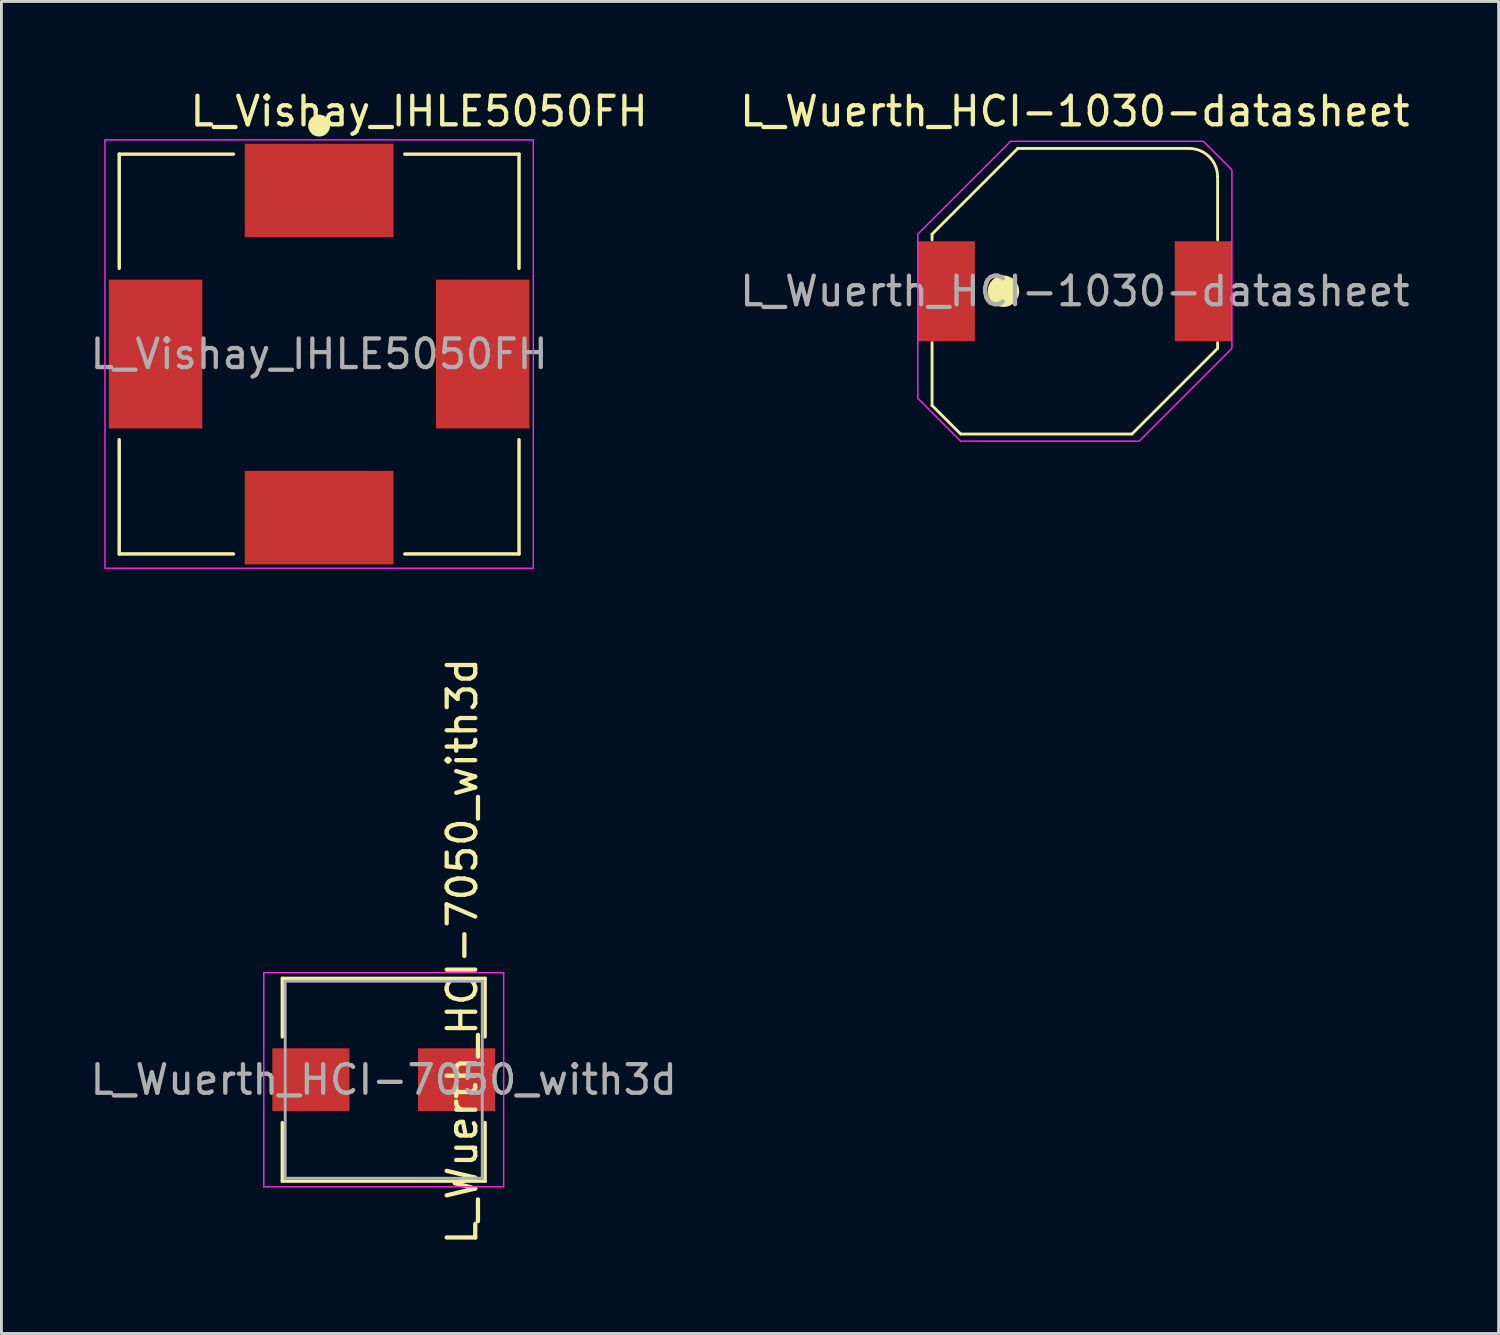
<source format=kicad_pcb>
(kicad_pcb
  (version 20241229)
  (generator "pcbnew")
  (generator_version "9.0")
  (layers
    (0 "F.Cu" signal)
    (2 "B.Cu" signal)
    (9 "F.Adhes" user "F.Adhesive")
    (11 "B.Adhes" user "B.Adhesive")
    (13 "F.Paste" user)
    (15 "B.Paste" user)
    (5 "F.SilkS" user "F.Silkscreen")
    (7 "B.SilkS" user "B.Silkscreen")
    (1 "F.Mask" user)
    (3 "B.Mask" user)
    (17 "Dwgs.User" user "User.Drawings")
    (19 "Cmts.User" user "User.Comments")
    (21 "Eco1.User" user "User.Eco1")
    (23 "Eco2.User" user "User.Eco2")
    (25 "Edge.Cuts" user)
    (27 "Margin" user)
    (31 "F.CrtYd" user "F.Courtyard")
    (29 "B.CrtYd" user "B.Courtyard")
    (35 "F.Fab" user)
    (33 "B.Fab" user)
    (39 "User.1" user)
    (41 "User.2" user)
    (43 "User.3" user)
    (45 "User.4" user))
  (footprint "L_Wuerth_HCI-1030-datasheet"
    (layer "F.Cu")
    (at 34.589 7.148)
    (property "Reference" "L_Wuerth_HCI-1030-datasheet" (at 0 -6.3 0) (layer "F.SilkS") (effects (font (size 1 1) (thickness 0.15))))
    (attr smd)
    (fp_line (start -5 -2) (end -5 -1.8) (stroke (width 0.1) (type default)) (layer "F.SilkS"))
    (fp_line (start -5 1.8) (end -5 4) (stroke (width 0.1) (type default)) (layer "F.SilkS"))
    (fp_line (start -5 4) (end -4 5) (stroke (width 0.1) (type default)) (layer "F.SilkS"))
    (fp_line (start -4 5) (end 2 5) (stroke (width 0.1) (type default)) (layer "F.SilkS"))
    (fp_line (start -2 -5) (end -5 -2) (stroke (width 0.1) (type default)) (layer "F.SilkS"))
    (fp_line (start 2 5) (end 5 2) (stroke (width 0.1) (type default)) (layer "F.SilkS"))
    (fp_line (start 4 -5) (end -2 -5) (stroke (width 0.1) (type default)) (layer "F.SilkS"))
    (fp_line (start 5 -1.8) (end 5 -4) (stroke (width 0.1) (type default)) (layer "F.SilkS"))
    (fp_line (start 5 2) (end 5 1.8) (stroke (width 0.1) (type default)) (layer "F.SilkS"))
    (fp_arc (start 4 -5) (mid 4.707107 -4.707107) (end 5 -4) (stroke (width 0.1) (type default)) (layer "F.SilkS"))
    (fp_circle (center -2.5 0) (end -2 0) (stroke (width 0.1) (type solid)) (fill yes) (layer "F.SilkS"))
    (fp_poly (pts (xy -5.5 3.75) (xy -4 5.25) (xy 2.25 5.25) (xy 5.5 2) (xy 5.5 -4.25) (xy 4.5 -5.25) (xy -2.25 -5.25) (xy -5.5 -2)) (stroke (width 0.05) (type solid)) (fill no) (layer "F.CrtYd"))
    (fp_text user "${REFERENCE}" (at 0 0 0) (layer "F.Fab") (effects (font (size 1 1) (thickness 0.15))))
    (pad "1" smd rect (at -4.5 0) (size 2 3.5) (layers "F.Cu" "F.Mask" "F.Paste"))
    (pad "2" smd rect (at 4.5 0) (size 2 3.5) (layers "F.Cu" "F.Mask" "F.Paste")))
  (footprint "L_Vishay_IHLE5050FH"
    (layer "F.Cu")
    (at 8.125 9.348)
    (property "Reference" "L_Vishay_IHLE5050FH" (at 3.5 -8.5 0) (layer "F.SilkS") (effects (font (size 1 1) (thickness 0.15))))
    (attr smd)
    (fp_line (start -7 -7) (end -3 -7) (stroke (width 0.12) (type default)) (layer "F.SilkS"))
    (fp_line (start -7 -3) (end -7 -7) (stroke (width 0.12) (type default)) (layer "F.SilkS"))
    (fp_line (start -7 7) (end -7 3) (stroke (width 0.12) (type default)) (layer "F.SilkS"))
    (fp_line (start -3 7) (end -7 7) (stroke (width 0.12) (type default)) (layer "F.SilkS"))
    (fp_line (start 3 -7) (end 7 -7) (stroke (width 0.12) (type default)) (layer "F.SilkS"))
    (fp_line (start 7 -7) (end 7 -3) (stroke (width 0.12) (type default)) (layer "F.SilkS"))
    (fp_line (start 7 3) (end 7 7) (stroke (width 0.12) (type default)) (layer "F.SilkS"))
    (fp_line (start 7 7) (end 3 7) (stroke (width 0.12) (type default)) (layer "F.SilkS"))
    (fp_circle (center 0 -8) (end 0.334 -8) (stroke (width 0.1) (type solid)) (fill yes) (layer "F.SilkS"))
    (fp_rect (start -7.5 -7.5) (end 7.5 7.5) (stroke (width 0.05) (type default)) (fill no) (layer "F.CrtYd"))
    (fp_text user "${REFERENCE}" (at 0 0 0) (layer "F.Fab") (effects (font (size 1 1) (thickness 0.15))))
    (pad "1" smd rect (at 0 -5.728 90) (size 3.275 5.21) (layers "F.Cu" "F.Mask" "F.Paste"))
    (pad "2" smd rect (at 0 5.728 270) (size 3.275 5.21) (layers "F.Cu" "F.Mask" "F.Paste"))
    (pad "3" smd rect (at -5.728 0 180) (size 3.275 5.21) (layers "F.Cu" "F.Mask" "F.Paste"))
    (pad "4" smd rect (at 5.728 0) (size 3.275 5.21) (layers "F.Cu" "F.Mask" "F.Paste")))
  (footprint "L_Wuerth_HCI-7050_with3d"
    (layer "F.Cu")
    (at 10.387 34.76)
    (property "Reference" "L_Wuerth_HCI-7050_with3d" (at 2.75 -4.5 90) (layer "F.SilkS") (effects (font (size 1 1) (thickness 0.15))))
    (attr smd)
    (fp_line (start -3.55 -3.55) (end 3.55 -3.55) (stroke (width 0.12) (type solid)) (layer "F.SilkS"))
    (fp_line (start -3.55 -1.5) (end -3.55 -3.55) (stroke (width 0.12) (type solid)) (layer "F.SilkS"))
    (fp_line (start -3.55 1.5) (end -3.55 3.55) (stroke (width 0.12) (type solid)) (layer "F.SilkS"))
    (fp_line (start -3.55 3.55) (end 3.55 3.55) (stroke (width 0.12) (type solid)) (layer "F.SilkS"))
    (fp_line (start 3.55 -3.55) (end 3.55 -1.5) (stroke (width 0.12) (type solid)) (layer "F.SilkS"))
    (fp_line (start 3.55 3.55) (end 3.55 1.5) (stroke (width 0.12) (type solid)) (layer "F.SilkS"))
    (fp_line (start -4.2 -3.75) (end -4.2 3.75) (stroke (width 0.05) (type solid)) (layer "F.CrtYd"))
    (fp_line (start -4.2 3.75) (end 4.2 3.75) (stroke (width 0.05) (type solid)) (layer "F.CrtYd"))
    (fp_line (start 4.2 -3.75) (end -4.2 -3.75) (stroke (width 0.05) (type solid)) (layer "F.CrtYd"))
    (fp_line (start 4.2 3.75) (end 4.2 -3.75) (stroke (width 0.05) (type solid)) (layer "F.CrtYd"))
    (fp_line (start -3.45 -3.45) (end -3.45 3.45) (stroke (width 0.1) (type solid)) (layer "F.Fab"))
    (fp_line (start -3.45 3.45) (end 3.45 3.45) (stroke (width 0.1) (type solid)) (layer "F.Fab"))
    (fp_line (start 3.45 -3.45) (end -3.45 -3.45) (stroke (width 0.1) (type solid)) (layer "F.Fab"))
    (fp_line (start 3.45 3.45) (end 3.45 -3.45) (stroke (width 0.1) (type solid)) (layer "F.Fab"))
    (fp_text user "${REFERENCE}" (at 0 0 0) (layer "F.Fab") (effects (font (size 1 1) (thickness 0.15))))
    (pad "1" smd rect (at -2.55 0) (size 2.7 2.2) (layers "F.Cu" "F.Mask" "F.Paste"))
    (pad "2" smd rect (at 2.55 0) (size 2.7 2.2) (layers "F.Cu" "F.Mask" "F.Paste")))
  (gr_rect
    (start -3 -3)
    (end 49.429 43.647)
    (stroke (width 0.1) (type default))
    (fill no)
    (layer "Edge.Cuts")))
</source>
